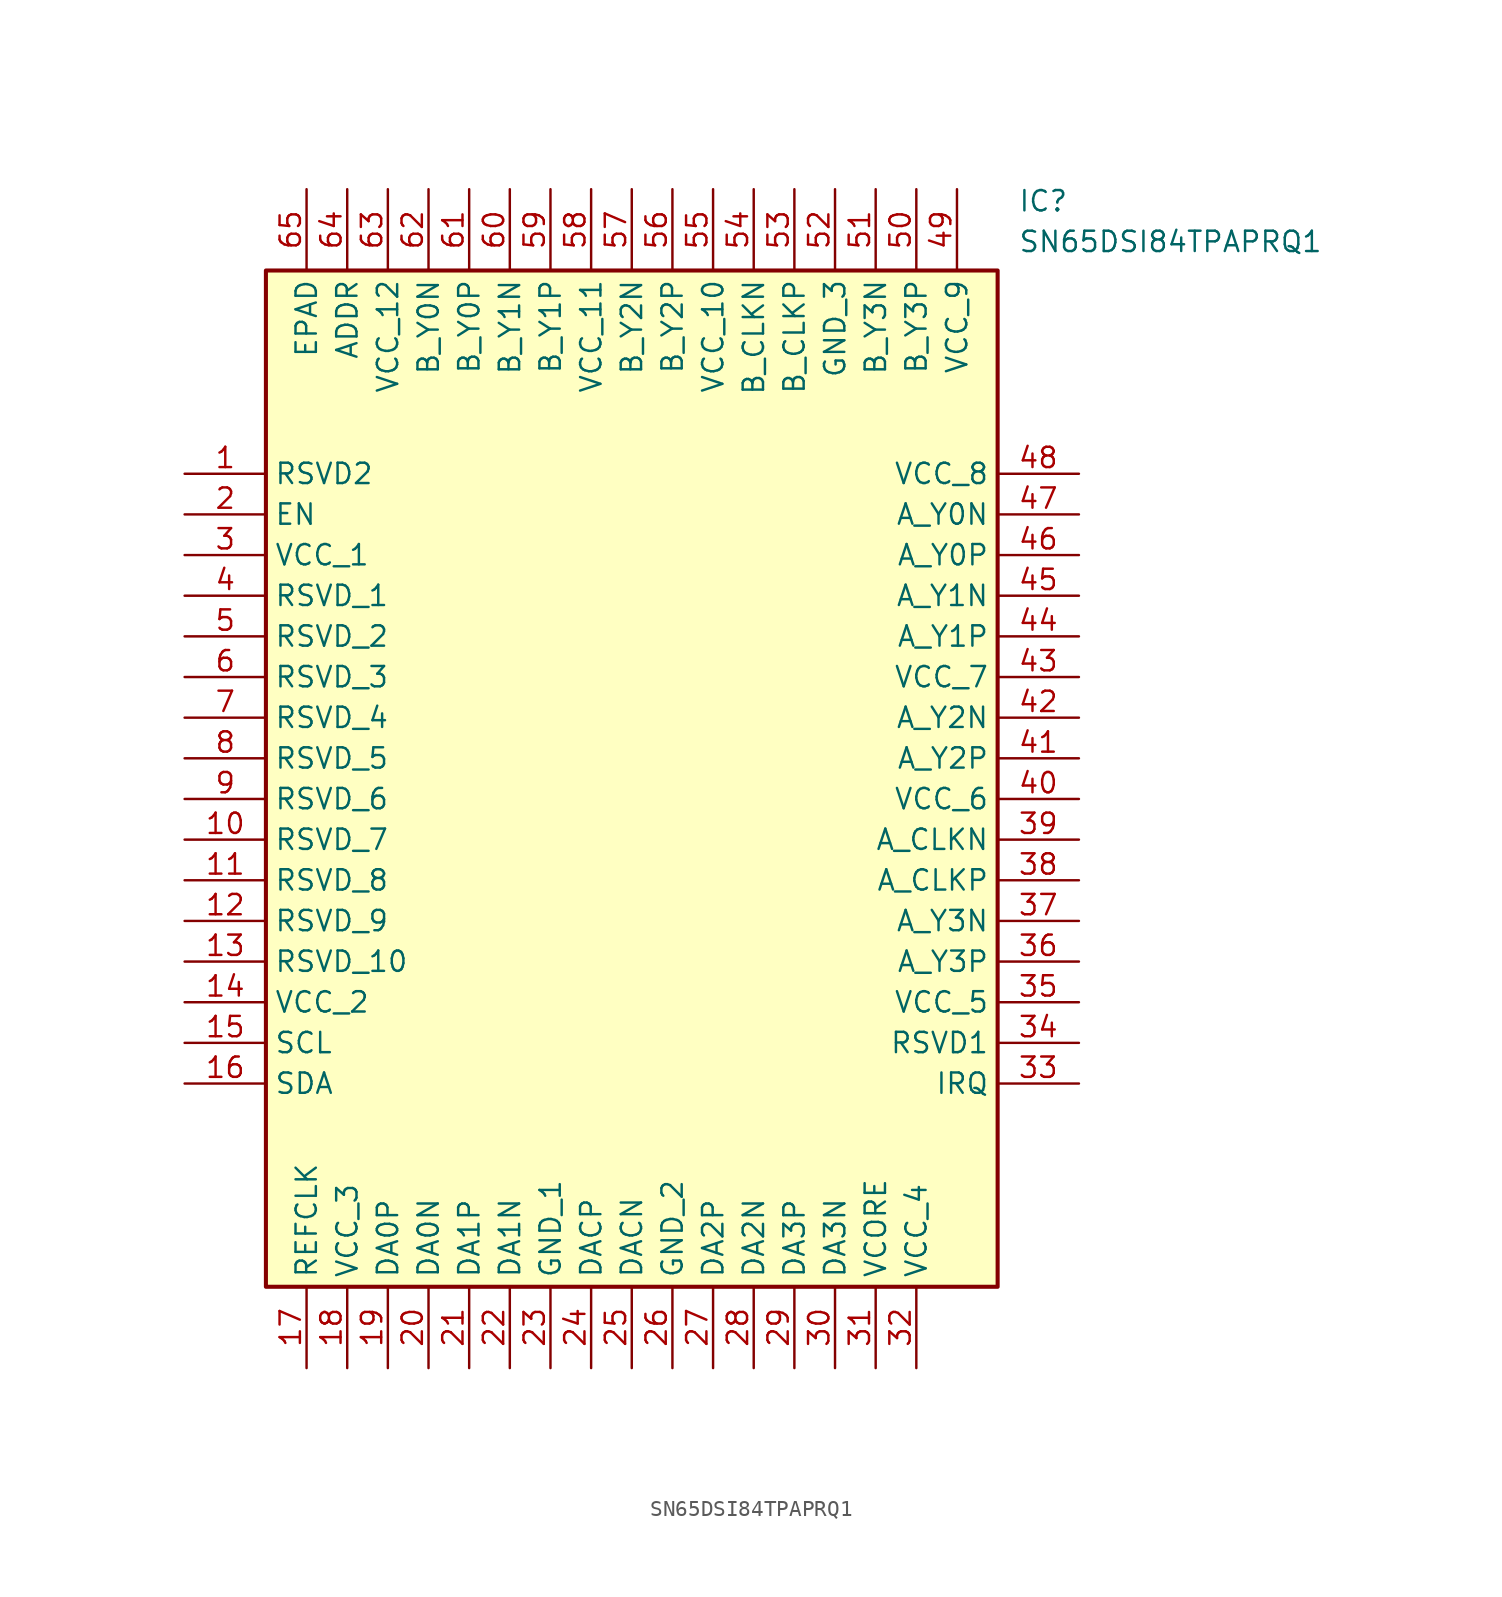
<source format=kicad_sym>
(kicad_symbol_lib
  (version 20211014)
  (generator SamacSys_ECAD_Model)
  (symbol "SN65DSI84TPAPRQ1"
    (property "Reference" "IC"
      (at 52.07 17.78 0)
      (effects (font (size 1.27 1.27)) (justify left top)))
    (property "Value" "SN65DSI84TPAPRQ1"
      (at 52.07 15.24 0)
      (effects (font (size 1.27 1.27)) (justify left top)))
    (rectangle
      (start 5.08 12.7)
      (end 50.8 -50.8)
      (stroke (width 0.254) (type default))
      (fill (type background)))
    (pin passive line
      (at 0 0 0)
      (length 5.08)
      (name "RSVD2" (effects (font (size 1.27 1.27))))
      (number "1" (effects (font (size 1.27 1.27)))))
    (pin passive line
      (at 0 -2.54 0)
      (length 5.08)
      (name "EN" (effects (font (size 1.27 1.27))))
      (number "2" (effects (font (size 1.27 1.27)))))
    (pin passive line
      (at 0 -5.08 0)
      (length 5.08)
      (name "VCC_1" (effects (font (size 1.27 1.27))))
      (number "3" (effects (font (size 1.27 1.27)))))
    (pin passive line
      (at 0 -7.62 0)
      (length 5.08)
      (name "RSVD_1" (effects (font (size 1.27 1.27))))
      (number "4" (effects (font (size 1.27 1.27)))))
    (pin passive line
      (at 0 -10.16 0)
      (length 5.08)
      (name "RSVD_2" (effects (font (size 1.27 1.27))))
      (number "5" (effects (font (size 1.27 1.27)))))
    (pin passive line
      (at 0 -12.7 0)
      (length 5.08)
      (name "RSVD_3" (effects (font (size 1.27 1.27))))
      (number "6" (effects (font (size 1.27 1.27)))))
    (pin passive line
      (at 0 -15.24 0)
      (length 5.08)
      (name "RSVD_4" (effects (font (size 1.27 1.27))))
      (number "7" (effects (font (size 1.27 1.27)))))
    (pin passive line
      (at 0 -17.78 0)
      (length 5.08)
      (name "RSVD_5" (effects (font (size 1.27 1.27))))
      (number "8" (effects (font (size 1.27 1.27)))))
    (pin passive line
      (at 0 -20.32 0)
      (length 5.08)
      (name "RSVD_6" (effects (font (size 1.27 1.27))))
      (number "9" (effects (font (size 1.27 1.27)))))
    (pin passive line
      (at 0 -22.86 0)
      (length 5.08)
      (name "RSVD_7" (effects (font (size 1.27 1.27))))
      (number "10" (effects (font (size 1.27 1.27)))))
    (pin passive line
      (at 0 -25.4 0)
      (length 5.08)
      (name "RSVD_8" (effects (font (size 1.27 1.27))))
      (number "11" (effects (font (size 1.27 1.27)))))
    (pin passive line
      (at 0 -27.94 0)
      (length 5.08)
      (name "RSVD_9" (effects (font (size 1.27 1.27))))
      (number "12" (effects (font (size 1.27 1.27)))))
    (pin passive line
      (at 0 -30.48 0)
      (length 5.08)
      (name "RSVD_10" (effects (font (size 1.27 1.27))))
      (number "13" (effects (font (size 1.27 1.27)))))
    (pin passive line
      (at 0 -33.02 0)
      (length 5.08)
      (name "VCC_2" (effects (font (size 1.27 1.27))))
      (number "14" (effects (font (size 1.27 1.27)))))
    (pin passive line
      (at 0 -35.56 0)
      (length 5.08)
      (name "SCL" (effects (font (size 1.27 1.27))))
      (number "15" (effects (font (size 1.27 1.27)))))
    (pin passive line
      (at 0 -38.1 0)
      (length 5.08)
      (name "SDA" (effects (font (size 1.27 1.27))))
      (number "16" (effects (font (size 1.27 1.27)))))
    (pin passive line
      (at 7.62 -55.88 90)
      (length 5.08)
      (name "REFCLK" (effects (font (size 1.27 1.27))))
      (number "17" (effects (font (size 1.27 1.27)))))
    (pin passive line
      (at 10.16 -55.88 90)
      (length 5.08)
      (name "VCC_3" (effects (font (size 1.27 1.27))))
      (number "18" (effects (font (size 1.27 1.27)))))
    (pin passive line
      (at 12.7 -55.88 90)
      (length 5.08)
      (name "DA0P" (effects (font (size 1.27 1.27))))
      (number "19" (effects (font (size 1.27 1.27)))))
    (pin passive line
      (at 15.24 -55.88 90)
      (length 5.08)
      (name "DA0N" (effects (font (size 1.27 1.27))))
      (number "20" (effects (font (size 1.27 1.27)))))
    (pin passive line
      (at 17.78 -55.88 90)
      (length 5.08)
      (name "DA1P" (effects (font (size 1.27 1.27))))
      (number "21" (effects (font (size 1.27 1.27)))))
    (pin passive line
      (at 20.32 -55.88 90)
      (length 5.08)
      (name "DA1N" (effects (font (size 1.27 1.27))))
      (number "22" (effects (font (size 1.27 1.27)))))
    (pin passive line
      (at 22.86 -55.88 90)
      (length 5.08)
      (name "GND_1" (effects (font (size 1.27 1.27))))
      (number "23" (effects (font (size 1.27 1.27)))))
    (pin passive line
      (at 25.4 -55.88 90)
      (length 5.08)
      (name "DACP" (effects (font (size 1.27 1.27))))
      (number "24" (effects (font (size 1.27 1.27)))))
    (pin passive line
      (at 27.94 -55.88 90)
      (length 5.08)
      (name "DACN" (effects (font (size 1.27 1.27))))
      (number "25" (effects (font (size 1.27 1.27)))))
    (pin passive line
      (at 30.48 -55.88 90)
      (length 5.08)
      (name "GND_2" (effects (font (size 1.27 1.27))))
      (number "26" (effects (font (size 1.27 1.27)))))
    (pin passive line
      (at 33.02 -55.88 90)
      (length 5.08)
      (name "DA2P" (effects (font (size 1.27 1.27))))
      (number "27" (effects (font (size 1.27 1.27)))))
    (pin passive line
      (at 35.56 -55.88 90)
      (length 5.08)
      (name "DA2N" (effects (font (size 1.27 1.27))))
      (number "28" (effects (font (size 1.27 1.27)))))
    (pin passive line
      (at 38.1 -55.88 90)
      (length 5.08)
      (name "DA3P" (effects (font (size 1.27 1.27))))
      (number "29" (effects (font (size 1.27 1.27)))))
    (pin passive line
      (at 40.64 -55.88 90)
      (length 5.08)
      (name "DA3N" (effects (font (size 1.27 1.27))))
      (number "30" (effects (font (size 1.27 1.27)))))
    (pin passive line
      (at 43.18 -55.88 90)
      (length 5.08)
      (name "VCORE" (effects (font (size 1.27 1.27))))
      (number "31" (effects (font (size 1.27 1.27)))))
    (pin passive line
      (at 45.72 -55.88 90)
      (length 5.08)
      (name "VCC_4" (effects (font (size 1.27 1.27))))
      (number "32" (effects (font (size 1.27 1.27)))))
    (pin passive line
      (at 55.88 0 180)
      (length 5.08)
      (name "VCC_8" (effects (font (size 1.27 1.27))))
      (number "48" (effects (font (size 1.27 1.27)))))
    (pin passive line
      (at 55.88 -2.54 180)
      (length 5.08)
      (name "A_Y0N" (effects (font (size 1.27 1.27))))
      (number "47" (effects (font (size 1.27 1.27)))))
    (pin passive line
      (at 55.88 -5.08 180)
      (length 5.08)
      (name "A_Y0P" (effects (font (size 1.27 1.27))))
      (number "46" (effects (font (size 1.27 1.27)))))
    (pin passive line
      (at 55.88 -7.62 180)
      (length 5.08)
      (name "A_Y1N" (effects (font (size 1.27 1.27))))
      (number "45" (effects (font (size 1.27 1.27)))))
    (pin passive line
      (at 55.88 -10.16 180)
      (length 5.08)
      (name "A_Y1P" (effects (font (size 1.27 1.27))))
      (number "44" (effects (font (size 1.27 1.27)))))
    (pin passive line
      (at 55.88 -12.7 180)
      (length 5.08)
      (name "VCC_7" (effects (font (size 1.27 1.27))))
      (number "43" (effects (font (size 1.27 1.27)))))
    (pin passive line
      (at 55.88 -15.24 180)
      (length 5.08)
      (name "A_Y2N" (effects (font (size 1.27 1.27))))
      (number "42" (effects (font (size 1.27 1.27)))))
    (pin passive line
      (at 55.88 -17.78 180)
      (length 5.08)
      (name "A_Y2P" (effects (font (size 1.27 1.27))))
      (number "41" (effects (font (size 1.27 1.27)))))
    (pin passive line
      (at 55.88 -20.32 180)
      (length 5.08)
      (name "VCC_6" (effects (font (size 1.27 1.27))))
      (number "40" (effects (font (size 1.27 1.27)))))
    (pin passive line
      (at 55.88 -22.86 180)
      (length 5.08)
      (name "A_CLKN" (effects (font (size 1.27 1.27))))
      (number "39" (effects (font (size 1.27 1.27)))))
    (pin passive line
      (at 55.88 -25.4 180)
      (length 5.08)
      (name "A_CLKP" (effects (font (size 1.27 1.27))))
      (number "38" (effects (font (size 1.27 1.27)))))
    (pin passive line
      (at 55.88 -27.94 180)
      (length 5.08)
      (name "A_Y3N" (effects (font (size 1.27 1.27))))
      (number "37" (effects (font (size 1.27 1.27)))))
    (pin passive line
      (at 55.88 -30.48 180)
      (length 5.08)
      (name "A_Y3P" (effects (font (size 1.27 1.27))))
      (number "36" (effects (font (size 1.27 1.27)))))
    (pin passive line
      (at 55.88 -33.02 180)
      (length 5.08)
      (name "VCC_5" (effects (font (size 1.27 1.27))))
      (number "35" (effects (font (size 1.27 1.27)))))
    (pin passive line
      (at 55.88 -35.56 180)
      (length 5.08)
      (name "RSVD1" (effects (font (size 1.27 1.27))))
      (number "34" (effects (font (size 1.27 1.27)))))
    (pin passive line
      (at 55.88 -38.1 180)
      (length 5.08)
      (name "IRQ" (effects (font (size 1.27 1.27))))
      (number "33" (effects (font (size 1.27 1.27)))))
    (pin passive line
      (at 7.62 17.78 270)
      (length 5.08)
      (name "EPAD" (effects (font (size 1.27 1.27))))
      (number "65" (effects (font (size 1.27 1.27)))))
    (pin passive line
      (at 10.16 17.78 270)
      (length 5.08)
      (name "ADDR" (effects (font (size 1.27 1.27))))
      (number "64" (effects (font (size 1.27 1.27)))))
    (pin passive line
      (at 12.7 17.78 270)
      (length 5.08)
      (name "VCC_12" (effects (font (size 1.27 1.27))))
      (number "63" (effects (font (size 1.27 1.27)))))
    (pin passive line
      (at 15.24 17.78 270)
      (length 5.08)
      (name "B_Y0N" (effects (font (size 1.27 1.27))))
      (number "62" (effects (font (size 1.27 1.27)))))
    (pin passive line
      (at 17.78 17.78 270)
      (length 5.08)
      (name "B_Y0P" (effects (font (size 1.27 1.27))))
      (number "61" (effects (font (size 1.27 1.27)))))
    (pin passive line
      (at 20.32 17.78 270)
      (length 5.08)
      (name "B_Y1N" (effects (font (size 1.27 1.27))))
      (number "60" (effects (font (size 1.27 1.27)))))
    (pin passive line
      (at 22.86 17.78 270)
      (length 5.08)
      (name "B_Y1P" (effects (font (size 1.27 1.27))))
      (number "59" (effects (font (size 1.27 1.27)))))
    (pin passive line
      (at 25.4 17.78 270)
      (length 5.08)
      (name "VCC_11" (effects (font (size 1.27 1.27))))
      (number "58" (effects (font (size 1.27 1.27)))))
    (pin passive line
      (at 27.94 17.78 270)
      (length 5.08)
      (name "B_Y2N" (effects (font (size 1.27 1.27))))
      (number "57" (effects (font (size 1.27 1.27)))))
    (pin passive line
      (at 30.48 17.78 270)
      (length 5.08)
      (name "B_Y2P" (effects (font (size 1.27 1.27))))
      (number "56" (effects (font (size 1.27 1.27)))))
    (pin passive line
      (at 33.02 17.78 270)
      (length 5.08)
      (name "VCC_10" (effects (font (size 1.27 1.27))))
      (number "55" (effects (font (size 1.27 1.27)))))
    (pin passive line
      (at 35.56 17.78 270)
      (length 5.08)
      (name "B_CLKN" (effects (font (size 1.27 1.27))))
      (number "54" (effects (font (size 1.27 1.27)))))
    (pin passive line
      (at 38.1 17.78 270)
      (length 5.08)
      (name "B_CLKP" (effects (font (size 1.27 1.27))))
      (number "53" (effects (font (size 1.27 1.27)))))
    (pin passive line
      (at 40.64 17.78 270)
      (length 5.08)
      (name "GND_3" (effects (font (size 1.27 1.27))))
      (number "52" (effects (font (size 1.27 1.27)))))
    (pin passive line
      (at 43.18 17.78 270)
      (length 5.08)
      (name "B_Y3N" (effects (font (size 1.27 1.27))))
      (number "51" (effects (font (size 1.27 1.27)))))
    (pin passive line
      (at 45.72 17.78 270)
      (length 5.08)
      (name "B_Y3P" (effects (font (size 1.27 1.27))))
      (number "50" (effects (font (size 1.27 1.27)))))
    (pin passive line
      (at 48.26 17.78 270)
      (length 5.08)
      (name "VCC_9" (effects (font (size 1.27 1.27))))
      (number "49" (effects (font (size 1.27 1.27)))))))
</source>
